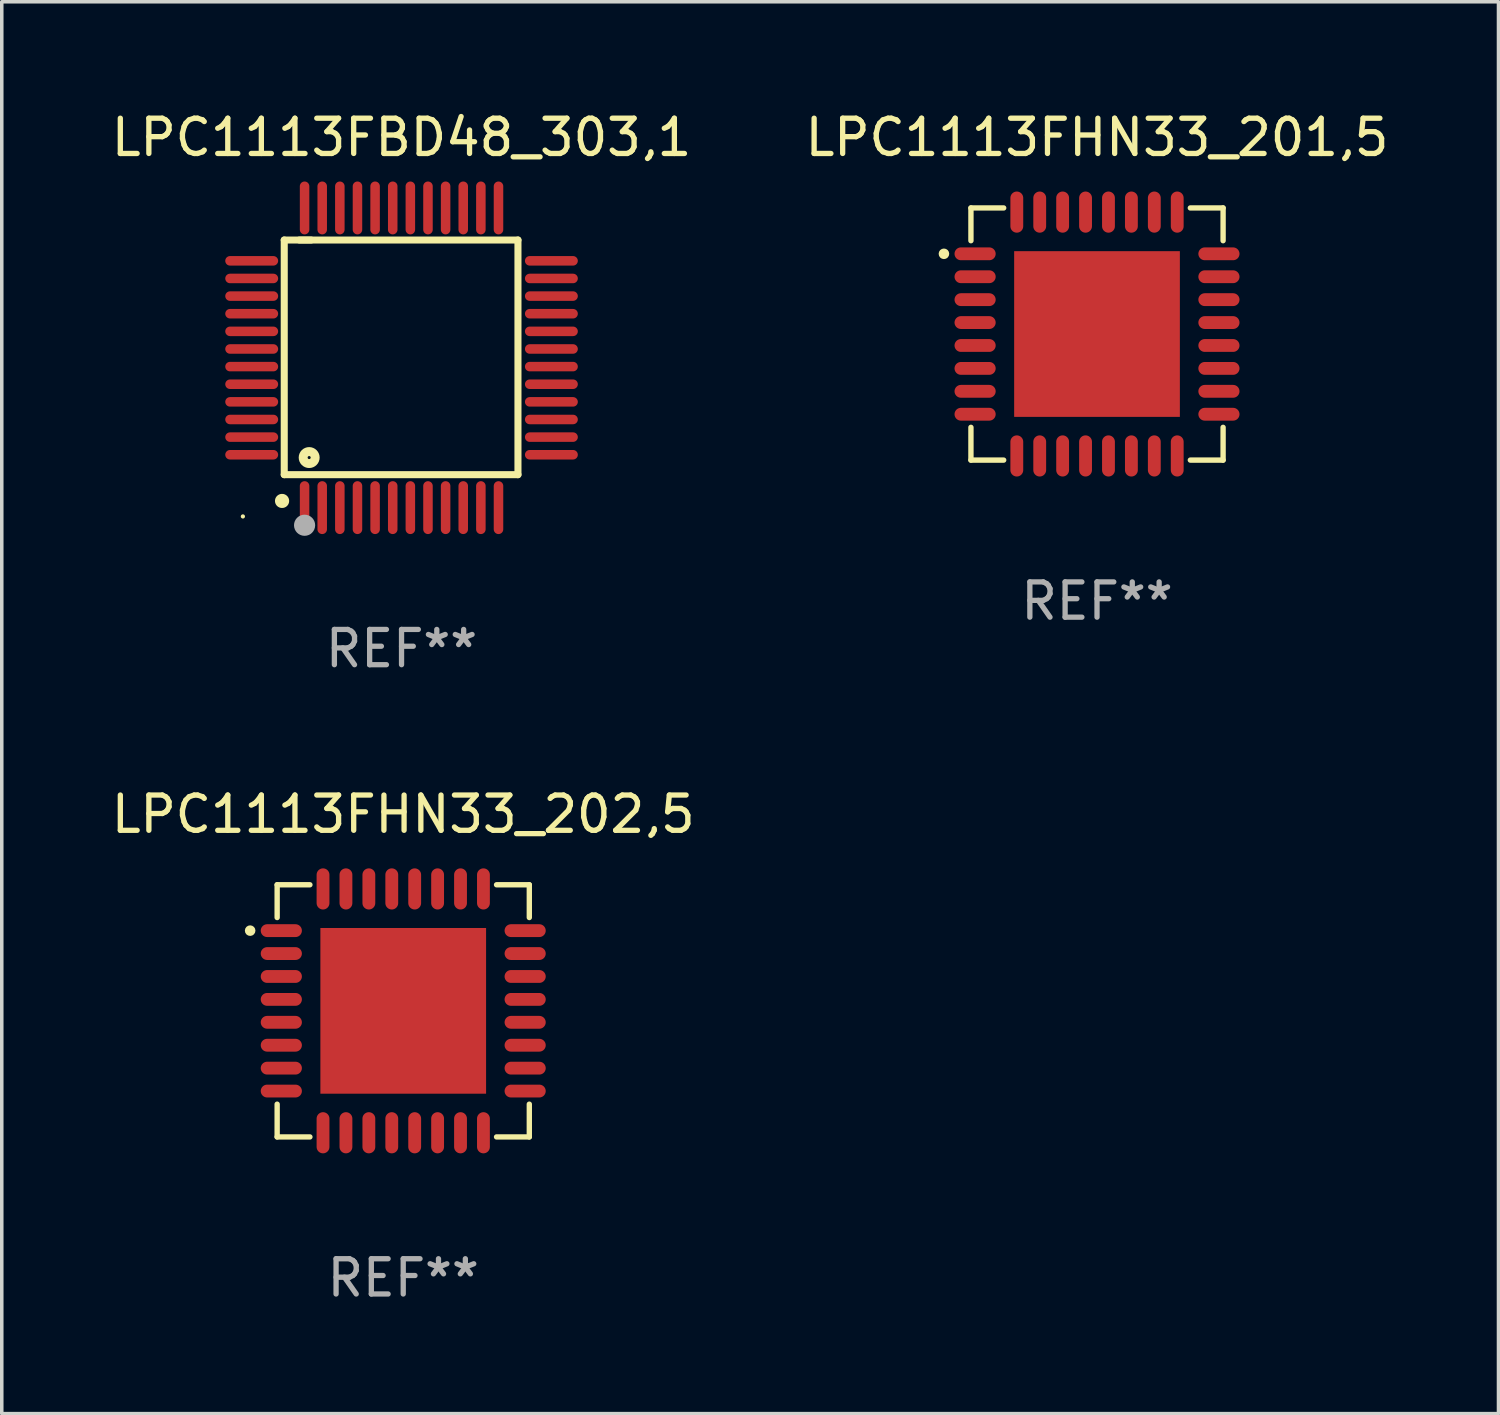
<source format=kicad_pcb>
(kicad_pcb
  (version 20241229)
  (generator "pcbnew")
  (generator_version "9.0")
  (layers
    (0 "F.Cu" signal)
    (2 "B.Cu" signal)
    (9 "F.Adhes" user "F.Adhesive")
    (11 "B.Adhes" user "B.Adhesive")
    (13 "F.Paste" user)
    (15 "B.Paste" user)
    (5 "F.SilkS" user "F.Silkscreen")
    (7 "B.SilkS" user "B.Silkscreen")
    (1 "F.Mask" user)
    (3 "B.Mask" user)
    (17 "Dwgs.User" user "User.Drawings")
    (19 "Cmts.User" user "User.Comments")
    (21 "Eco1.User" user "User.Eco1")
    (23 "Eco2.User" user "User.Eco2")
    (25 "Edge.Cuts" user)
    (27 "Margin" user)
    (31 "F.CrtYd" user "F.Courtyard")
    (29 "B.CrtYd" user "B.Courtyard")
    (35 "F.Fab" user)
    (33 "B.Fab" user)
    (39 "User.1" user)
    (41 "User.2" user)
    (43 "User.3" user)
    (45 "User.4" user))
  (footprint "LPC1113FHN33_202,5"
    (layer "F.Cu")
    (at 8.387 25.621)
    (property "Reference" "LPC1113FHN33_202,5" (at 0 -5.576 0) (layer "F.SilkS") (effects (font (size 1 1) (thickness 0.15))))
    (attr through_hole)
    (fp_line (start -3.576 -3.576) (end -3.576 -2.647) (stroke (width 0.152) (type solid)) (layer "F.SilkS"))
    (fp_line (start -3.576 3.576) (end -3.576 2.647) (stroke (width 0.152) (type solid)) (layer "F.SilkS"))
    (fp_line (start -2.647 -3.576) (end -3.576 -3.576) (stroke (width 0.152) (type solid)) (layer "F.SilkS"))
    (fp_line (start -2.647 3.576) (end -3.576 3.576) (stroke (width 0.152) (type solid)) (layer "F.SilkS"))
    (fp_line (start 2.647 -3.576) (end 3.576 -3.576) (stroke (width 0.152) (type solid)) (layer "F.SilkS"))
    (fp_line (start 2.647 3.576) (end 3.576 3.576) (stroke (width 0.152) (type solid)) (layer "F.SilkS"))
    (fp_line (start 3.576 -3.576) (end 3.576 -2.647) (stroke (width 0.152) (type solid)) (layer "F.SilkS"))
    (fp_line (start 3.576 3.576) (end 3.576 2.647) (stroke (width 0.152) (type solid)) (layer "F.SilkS"))
    (fp_circle (center -4.342 -2.275) (end -4.267 -2.275) (stroke (width 0.15) (type solid)) (fill no) (layer "F.SilkS"))
    (fp_text user "REF**" (at 0 7.576 0) (layer "F.Fab") (effects (font (size 1 1) (thickness 0.15))))
    (pad "1" smd oval (at -3.458 -2.275 270) (size 0.364 1.167) (layers "F.Cu" "F.Mask" "F.Paste"))
    (pad "2" smd oval (at -3.458 -1.625 270) (size 0.364 1.167) (layers "F.Cu" "F.Mask" "F.Paste"))
    (pad "3" smd oval (at -3.458 -0.975 270) (size 0.364 1.167) (layers "F.Cu" "F.Mask" "F.Paste"))
    (pad "4" smd oval (at -3.458 -0.325 270) (size 0.364 1.167) (layers "F.Cu" "F.Mask" "F.Paste"))
    (pad "5" smd oval (at -3.458 0.325 270) (size 0.364 1.167) (layers "F.Cu" "F.Mask" "F.Paste"))
    (pad "6" smd oval (at -3.458 0.975 270) (size 0.364 1.167) (layers "F.Cu" "F.Mask" "F.Paste"))
    (pad "7" smd oval (at -3.458 1.625 270) (size 0.364 1.167) (layers "F.Cu" "F.Mask" "F.Paste"))
    (pad "8" smd oval (at -3.458 2.275 270) (size 0.364 1.167) (layers "F.Cu" "F.Mask" "F.Paste"))
    (pad "9" smd oval (at -2.275 3.458 270) (size 1.167 0.364) (layers "F.Cu" "F.Mask" "F.Paste"))
    (pad "10" smd oval (at -1.625 3.458 270) (size 1.167 0.364) (layers "F.Cu" "F.Mask" "F.Paste"))
    (pad "11" smd oval (at -0.975 3.458 270) (size 1.167 0.364) (layers "F.Cu" "F.Mask" "F.Paste"))
    (pad "12" smd oval (at -0.325 3.458 270) (size 1.167 0.364) (layers "F.Cu" "F.Mask" "F.Paste"))
    (pad "13" smd oval (at 0.325 3.458 270) (size 1.167 0.364) (layers "F.Cu" "F.Mask" "F.Paste"))
    (pad "14" smd oval (at 0.975 3.458 270) (size 1.167 0.364) (layers "F.Cu" "F.Mask" "F.Paste"))
    (pad "15" smd oval (at 1.625 3.458 270) (size 1.167 0.364) (layers "F.Cu" "F.Mask" "F.Paste"))
    (pad "16" smd oval (at 2.275 3.458 270) (size 1.167 0.364) (layers "F.Cu" "F.Mask" "F.Paste"))
    (pad "17" smd oval (at 3.458 2.275 270) (size 0.364 1.167) (layers "F.Cu" "F.Mask" "F.Paste"))
    (pad "18" smd oval (at 3.458 1.625 270) (size 0.364 1.167) (layers "F.Cu" "F.Mask" "F.Paste"))
    (pad "19" smd oval (at 3.458 0.975 270) (size 0.364 1.167) (layers "F.Cu" "F.Mask" "F.Paste"))
    (pad "20" smd oval (at 3.458 0.325 270) (size 0.364 1.167) (layers "F.Cu" "F.Mask" "F.Paste"))
    (pad "21" smd oval (at 3.458 -0.325 270) (size 0.364 1.167) (layers "F.Cu" "F.Mask" "F.Paste"))
    (pad "22" smd oval (at 3.458 -0.975 270) (size 0.364 1.167) (layers "F.Cu" "F.Mask" "F.Paste"))
    (pad "23" smd oval (at 3.458 -1.625 270) (size 0.364 1.167) (layers "F.Cu" "F.Mask" "F.Paste"))
    (pad "24" smd oval (at 3.458 -2.275 270) (size 0.364 1.167) (layers "F.Cu" "F.Mask" "F.Paste"))
    (pad "25" smd oval (at 2.275 -3.458 270) (size 1.167 0.364) (layers "F.Cu" "F.Mask" "F.Paste"))
    (pad "26" smd oval (at 1.625 -3.458 270) (size 1.167 0.364) (layers "F.Cu" "F.Mask" "F.Paste"))
    (pad "27" smd oval (at 0.975 -3.458 270) (size 1.167 0.364) (layers "F.Cu" "F.Mask" "F.Paste"))
    (pad "28" smd oval (at 0.325 -3.458 270) (size 1.167 0.364) (layers "F.Cu" "F.Mask" "F.Paste"))
    (pad "29" smd oval (at -0.325 -3.458 270) (size 1.167 0.364) (layers "F.Cu" "F.Mask" "F.Paste"))
    (pad "30" smd oval (at -0.975 -3.458 270) (size 1.167 0.364) (layers "F.Cu" "F.Mask" "F.Paste"))
    (pad "31" smd oval (at -1.625 -3.458 270) (size 1.167 0.364) (layers "F.Cu" "F.Mask" "F.Paste"))
    (pad "32" smd oval (at -2.275 -3.458 270) (size 1.167 0.364) (layers "F.Cu" "F.Mask" "F.Paste"))
    (pad "33" smd rect (at 0 0 270) (size 4.7 4.7) (layers "F.Cu" "F.Mask" "F.Paste")))
  (footprint "LPC1113FHN33_201,5"
    (layer "F.Cu")
    (at 28.065 6.424)
    (property "Reference" "LPC1113FHN33_201,5" (at 0 -5.576 0) (layer "F.SilkS") (effects (font (size 1 1) (thickness 0.15))))
    (attr through_hole)
    (fp_line (start -3.576 -3.576) (end -3.576 -2.647) (stroke (width 0.152) (type solid)) (layer "F.SilkS"))
    (fp_line (start -3.576 3.576) (end -3.576 2.647) (stroke (width 0.152) (type solid)) (layer "F.SilkS"))
    (fp_line (start -2.647 -3.576) (end -3.576 -3.576) (stroke (width 0.152) (type solid)) (layer "F.SilkS"))
    (fp_line (start -2.647 3.576) (end -3.576 3.576) (stroke (width 0.152) (type solid)) (layer "F.SilkS"))
    (fp_line (start 2.647 -3.576) (end 3.576 -3.576) (stroke (width 0.152) (type solid)) (layer "F.SilkS"))
    (fp_line (start 2.647 3.576) (end 3.576 3.576) (stroke (width 0.152) (type solid)) (layer "F.SilkS"))
    (fp_line (start 3.576 -3.576) (end 3.576 -2.647) (stroke (width 0.152) (type solid)) (layer "F.SilkS"))
    (fp_line (start 3.576 3.576) (end 3.576 2.647) (stroke (width 0.152) (type solid)) (layer "F.SilkS"))
    (fp_circle (center -4.342 -2.275) (end -4.267 -2.275) (stroke (width 0.15) (type solid)) (fill no) (layer "F.SilkS"))
    (fp_text user "REF**" (at 0 7.576 0) (layer "F.Fab") (effects (font (size 1 1) (thickness 0.15))))
    (pad "1" smd oval (at -3.458 -2.275 270) (size 0.364 1.167) (layers "F.Cu" "F.Mask" "F.Paste"))
    (pad "2" smd oval (at -3.458 -1.625 270) (size 0.364 1.167) (layers "F.Cu" "F.Mask" "F.Paste"))
    (pad "3" smd oval (at -3.458 -0.975 270) (size 0.364 1.167) (layers "F.Cu" "F.Mask" "F.Paste"))
    (pad "4" smd oval (at -3.458 -0.325 270) (size 0.364 1.167) (layers "F.Cu" "F.Mask" "F.Paste"))
    (pad "5" smd oval (at -3.458 0.325 270) (size 0.364 1.167) (layers "F.Cu" "F.Mask" "F.Paste"))
    (pad "6" smd oval (at -3.458 0.975 270) (size 0.364 1.167) (layers "F.Cu" "F.Mask" "F.Paste"))
    (pad "7" smd oval (at -3.458 1.625 270) (size 0.364 1.167) (layers "F.Cu" "F.Mask" "F.Paste"))
    (pad "8" smd oval (at -3.458 2.275 270) (size 0.364 1.167) (layers "F.Cu" "F.Mask" "F.Paste"))
    (pad "9" smd oval (at -2.275 3.458 270) (size 1.167 0.364) (layers "F.Cu" "F.Mask" "F.Paste"))
    (pad "10" smd oval (at -1.625 3.458 270) (size 1.167 0.364) (layers "F.Cu" "F.Mask" "F.Paste"))
    (pad "11" smd oval (at -0.975 3.458 270) (size 1.167 0.364) (layers "F.Cu" "F.Mask" "F.Paste"))
    (pad "12" smd oval (at -0.325 3.458 270) (size 1.167 0.364) (layers "F.Cu" "F.Mask" "F.Paste"))
    (pad "13" smd oval (at 0.325 3.458 270) (size 1.167 0.364) (layers "F.Cu" "F.Mask" "F.Paste"))
    (pad "14" smd oval (at 0.975 3.458 270) (size 1.167 0.364) (layers "F.Cu" "F.Mask" "F.Paste"))
    (pad "15" smd oval (at 1.625 3.458 270) (size 1.167 0.364) (layers "F.Cu" "F.Mask" "F.Paste"))
    (pad "16" smd oval (at 2.275 3.458 270) (size 1.167 0.364) (layers "F.Cu" "F.Mask" "F.Paste"))
    (pad "17" smd oval (at 3.458 2.275 270) (size 0.364 1.167) (layers "F.Cu" "F.Mask" "F.Paste"))
    (pad "18" smd oval (at 3.458 1.625 270) (size 0.364 1.167) (layers "F.Cu" "F.Mask" "F.Paste"))
    (pad "19" smd oval (at 3.458 0.975 270) (size 0.364 1.167) (layers "F.Cu" "F.Mask" "F.Paste"))
    (pad "20" smd oval (at 3.458 0.325 270) (size 0.364 1.167) (layers "F.Cu" "F.Mask" "F.Paste"))
    (pad "21" smd oval (at 3.458 -0.325 270) (size 0.364 1.167) (layers "F.Cu" "F.Mask" "F.Paste"))
    (pad "22" smd oval (at 3.458 -0.975 270) (size 0.364 1.167) (layers "F.Cu" "F.Mask" "F.Paste"))
    (pad "23" smd oval (at 3.458 -1.625 270) (size 0.364 1.167) (layers "F.Cu" "F.Mask" "F.Paste"))
    (pad "24" smd oval (at 3.458 -2.275 270) (size 0.364 1.167) (layers "F.Cu" "F.Mask" "F.Paste"))
    (pad "25" smd oval (at 2.275 -3.458 270) (size 1.167 0.364) (layers "F.Cu" "F.Mask" "F.Paste"))
    (pad "26" smd oval (at 1.625 -3.458 270) (size 1.167 0.364) (layers "F.Cu" "F.Mask" "F.Paste"))
    (pad "27" smd oval (at 0.975 -3.458 270) (size 1.167 0.364) (layers "F.Cu" "F.Mask" "F.Paste"))
    (pad "28" smd oval (at 0.325 -3.458 270) (size 1.167 0.364) (layers "F.Cu" "F.Mask" "F.Paste"))
    (pad "29" smd oval (at -0.325 -3.458 270) (size 1.167 0.364) (layers "F.Cu" "F.Mask" "F.Paste"))
    (pad "30" smd oval (at -0.975 -3.458 270) (size 1.167 0.364) (layers "F.Cu" "F.Mask" "F.Paste"))
    (pad "31" smd oval (at -1.625 -3.458 270) (size 1.167 0.364) (layers "F.Cu" "F.Mask" "F.Paste"))
    (pad "32" smd oval (at -2.275 -3.458 270) (size 1.167 0.364) (layers "F.Cu" "F.Mask" "F.Paste"))
    (pad "33" smd rect (at 0 0 270) (size 4.7 4.7) (layers "F.Cu" "F.Mask" "F.Paste")))
  (footprint "LPC1113FBD48_303,1"
    (layer "F.Cu")
    (at 8.339 7.098)
    (property "Reference" "LPC1113FBD48_303,1" (at 0 -6.25 0) (layer "F.SilkS") (effects (font (size 1 1) (thickness 0.15))))
    (attr through_hole)
    (fp_line (start -3.327 -3.34) (end -2.565 -3.34) (stroke (width 0.2) (type solid)) (layer "F.SilkS"))
    (fp_line (start -3.327 3.315) (end -3.327 -3.34) (stroke (width 0.2) (type solid)) (layer "F.SilkS"))
    (fp_line (start -2.896 -3.34) (end 3.302 -3.34) (stroke (width 0.2) (type solid)) (layer "F.SilkS"))
    (fp_line (start 3.302 -3.34) (end 3.302 3.315) (stroke (width 0.2) (type solid)) (layer "F.SilkS"))
    (fp_line (start 3.302 3.315) (end -3.327 3.315) (stroke (width 0.2) (type solid)) (layer "F.SilkS"))
    (fp_arc (start -3.389992 4.059995) (mid -3.388722 4.059991) (end -3.387452 4.059995) (stroke (width 0.4) (type solid)) (layer "F.SilkS"))
    (fp_circle (center -4.5 4.5) (end -4.47 4.5) (stroke (width 0.06) (type solid)) (fill no) (layer "F.SilkS"))
    (fp_circle (center -2.62 2.83) (end -2.45 2.83) (stroke (width 0.254) (type solid)) (fill no) (layer "F.SilkS"))
    (fp_circle (center -2.75 4.75) (end -2.6 4.75) (stroke (width 0.3) (type solid)) (fill no) (layer "F.Fab"))
    (fp_text user "REF**" (at 0 8.25 0) (layer "F.Fab") (effects (font (size 1 1) (thickness 0.15))))
    (pad "1" smd oval (at -2.75 4.25) (size 0.27 1.5) (layers "F.Cu" "F.Mask" "F.Paste"))
    (pad "2" smd oval (at -2.25 4.25) (size 0.27 1.5) (layers "F.Cu" "F.Mask" "F.Paste"))
    (pad "3" smd oval (at -1.75 4.25) (size 0.27 1.5) (layers "F.Cu" "F.Mask" "F.Paste"))
    (pad "4" smd oval (at -1.25 4.25) (size 0.27 1.5) (layers "F.Cu" "F.Mask" "F.Paste"))
    (pad "5" smd oval (at -0.75 4.25) (size 0.27 1.5) (layers "F.Cu" "F.Mask" "F.Paste"))
    (pad "6" smd oval (at -0.25 4.25) (size 0.27 1.5) (layers "F.Cu" "F.Mask" "F.Paste"))
    (pad "7" smd oval (at 0.25 4.25) (size 0.27 1.5) (layers "F.Cu" "F.Mask" "F.Paste"))
    (pad "8" smd oval (at 0.75 4.25) (size 0.27 1.5) (layers "F.Cu" "F.Mask" "F.Paste"))
    (pad "9" smd oval (at 1.25 4.25) (size 0.27 1.5) (layers "F.Cu" "F.Mask" "F.Paste"))
    (pad "10" smd oval (at 1.75 4.25) (size 0.27 1.5) (layers "F.Cu" "F.Mask" "F.Paste"))
    (pad "11" smd oval (at 2.25 4.25) (size 0.27 1.5) (layers "F.Cu" "F.Mask" "F.Paste"))
    (pad "12" smd oval (at 2.75 4.25) (size 0.27 1.5) (layers "F.Cu" "F.Mask" "F.Paste"))
    (pad "13" smd oval (at 4.25 2.75) (size 1.5 0.27) (layers "F.Cu" "F.Mask" "F.Paste"))
    (pad "14" smd oval (at 4.25 2.25) (size 1.5 0.27) (layers "F.Cu" "F.Mask" "F.Paste"))
    (pad "15" smd oval (at 4.25 1.75) (size 1.5 0.27) (layers "F.Cu" "F.Mask" "F.Paste"))
    (pad "16" smd oval (at 4.25 1.25) (size 1.5 0.27) (layers "F.Cu" "F.Mask" "F.Paste"))
    (pad "17" smd oval (at 4.25 0.75) (size 1.5 0.27) (layers "F.Cu" "F.Mask" "F.Paste"))
    (pad "18" smd oval (at 4.25 0.25) (size 1.5 0.27) (layers "F.Cu" "F.Mask" "F.Paste"))
    (pad "19" smd oval (at 4.25 -0.25) (size 1.5 0.27) (layers "F.Cu" "F.Mask" "F.Paste"))
    (pad "20" smd oval (at 4.25 -0.75) (size 1.5 0.27) (layers "F.Cu" "F.Mask" "F.Paste"))
    (pad "21" smd oval (at 4.25 -1.25) (size 1.5 0.27) (layers "F.Cu" "F.Mask" "F.Paste"))
    (pad "22" smd oval (at 4.25 -1.75) (size 1.5 0.27) (layers "F.Cu" "F.Mask" "F.Paste"))
    (pad "23" smd oval (at 4.25 -2.25) (size 1.5 0.27) (layers "F.Cu" "F.Mask" "F.Paste"))
    (pad "24" smd oval (at 4.25 -2.75) (size 1.5 0.27) (layers "F.Cu" "F.Mask" "F.Paste"))
    (pad "25" smd oval (at 2.75 -4.25) (size 0.27 1.5) (layers "F.Cu" "F.Mask" "F.Paste"))
    (pad "26" smd oval (at 2.25 -4.25) (size 0.27 1.5) (layers "F.Cu" "F.Mask" "F.Paste"))
    (pad "27" smd oval (at 1.75 -4.25) (size 0.27 1.5) (layers "F.Cu" "F.Mask" "F.Paste"))
    (pad "28" smd oval (at 1.25 -4.25) (size 0.27 1.5) (layers "F.Cu" "F.Mask" "F.Paste"))
    (pad "29" smd oval (at 0.75 -4.25) (size 0.27 1.5) (layers "F.Cu" "F.Mask" "F.Paste"))
    (pad "30" smd oval (at 0.25 -4.25) (size 0.27 1.5) (layers "F.Cu" "F.Mask" "F.Paste"))
    (pad "31" smd oval (at -0.25 -4.25) (size 0.27 1.5) (layers "F.Cu" "F.Mask" "F.Paste"))
    (pad "32" smd oval (at -0.75 -4.25) (size 0.27 1.5) (layers "F.Cu" "F.Mask" "F.Paste"))
    (pad "33" smd oval (at -1.25 -4.25) (size 0.27 1.5) (layers "F.Cu" "F.Mask" "F.Paste"))
    (pad "34" smd oval (at -1.75 -4.25) (size 0.27 1.5) (layers "F.Cu" "F.Mask" "F.Paste"))
    (pad "35" smd oval (at -2.25 -4.25) (size 0.27 1.5) (layers "F.Cu" "F.Mask" "F.Paste"))
    (pad "36" smd oval (at -2.75 -4.25) (size 0.27 1.5) (layers "F.Cu" "F.Mask" "F.Paste"))
    (pad "37" smd oval (at -4.25 -2.75) (size 1.5 0.27) (layers "F.Cu" "F.Mask" "F.Paste"))
    (pad "38" smd oval (at -4.25 -2.25) (size 1.5 0.27) (layers "F.Cu" "F.Mask" "F.Paste"))
    (pad "39" smd oval (at -4.25 -1.75) (size 1.5 0.27) (layers "F.Cu" "F.Mask" "F.Paste"))
    (pad "40" smd oval (at -4.25 -1.25) (size 1.5 0.27) (layers "F.Cu" "F.Mask" "F.Paste"))
    (pad "41" smd oval (at -4.25 -0.75) (size 1.5 0.27) (layers "F.Cu" "F.Mask" "F.Paste"))
    (pad "42" smd oval (at -4.25 -0.25) (size 1.5 0.27) (layers "F.Cu" "F.Mask" "F.Paste"))
    (pad "43" smd oval (at -4.25 0.25) (size 1.5 0.27) (layers "F.Cu" "F.Mask" "F.Paste"))
    (pad "44" smd oval (at -4.25 0.75) (size 1.5 0.27) (layers "F.Cu" "F.Mask" "F.Paste"))
    (pad "45" smd oval (at -4.25 1.25) (size 1.5 0.27) (layers "F.Cu" "F.Mask" "F.Paste"))
    (pad "46" smd oval (at -4.25 1.75) (size 1.5 0.27) (layers "F.Cu" "F.Mask" "F.Paste"))
    (pad "47" smd oval (at -4.25 2.25) (size 1.5 0.27) (layers "F.Cu" "F.Mask" "F.Paste"))
    (pad "48" smd oval (at -4.25 2.75) (size 1.5 0.27) (layers "F.Cu" "F.Mask" "F.Paste")))
  (gr_rect
    (start -3 -3)
    (end 39.452 37.045)
    (stroke (width 0.1) (type default))
    (fill no)
    (layer "Edge.Cuts")))
</source>
